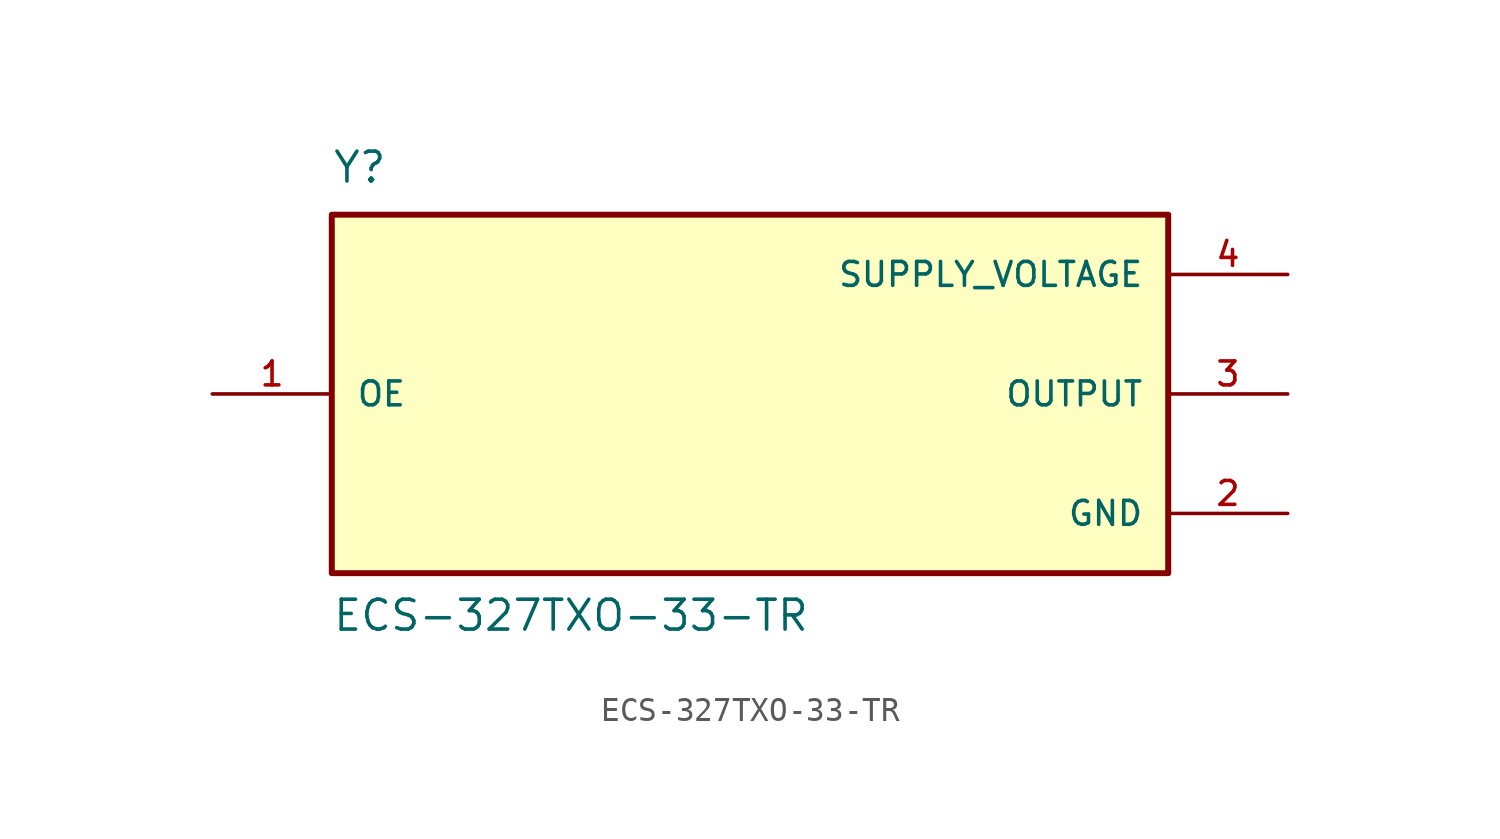
<source format=kicad_sym>
(kicad_symbol_lib
  (version 20220331)
  (generator kicad_symbol_editor)
  (symbol "ECS-327TXO-33-TR"
    (pin_names
      (offset 1.016))
    (property "Reference" "Y"
      (at -17.78 8.89 0)
      (effects (font (size 1.27 1.27)) (justify left bottom)))
    (property "Value" "ECS-327TXO-33-TR"
      (at -17.78 -10.16 0)
      (effects (font (size 1.27 1.27)) (justify left bottom)))
    (symbol "ECS-327TXO-33-TR_0_0"
      (rectangle (start -17.78 7.62) (end 17.78 -7.62) (stroke (width 0.254) (type solid)) (fill (type background)))
      (pin input line (at -22.86 0 0) (length 5.08) (name "OE" (effects (font (size 1.016 1.016)))) (number "1" (effects (font (size 1.016 1.016)))))
      (pin power_in line (at 22.86 -5.08 180) (length 5.08) (name "GND" (effects (font (size 1.016 1.016)))) (number "2" (effects (font (size 1.016 1.016)))))
      (pin output line (at 22.86 0 180) (length 5.08) (name "OUTPUT" (effects (font (size 1.016 1.016)))) (number "3" (effects (font (size 1.016 1.016)))))
      (pin power_in line (at 22.86 5.08 180) (length 5.08) (name "SUPPLY_VOLTAGE" (effects (font (size 1.016 1.016)))) (number "4" (effects (font (size 1.016 1.016))))))))
</source>
